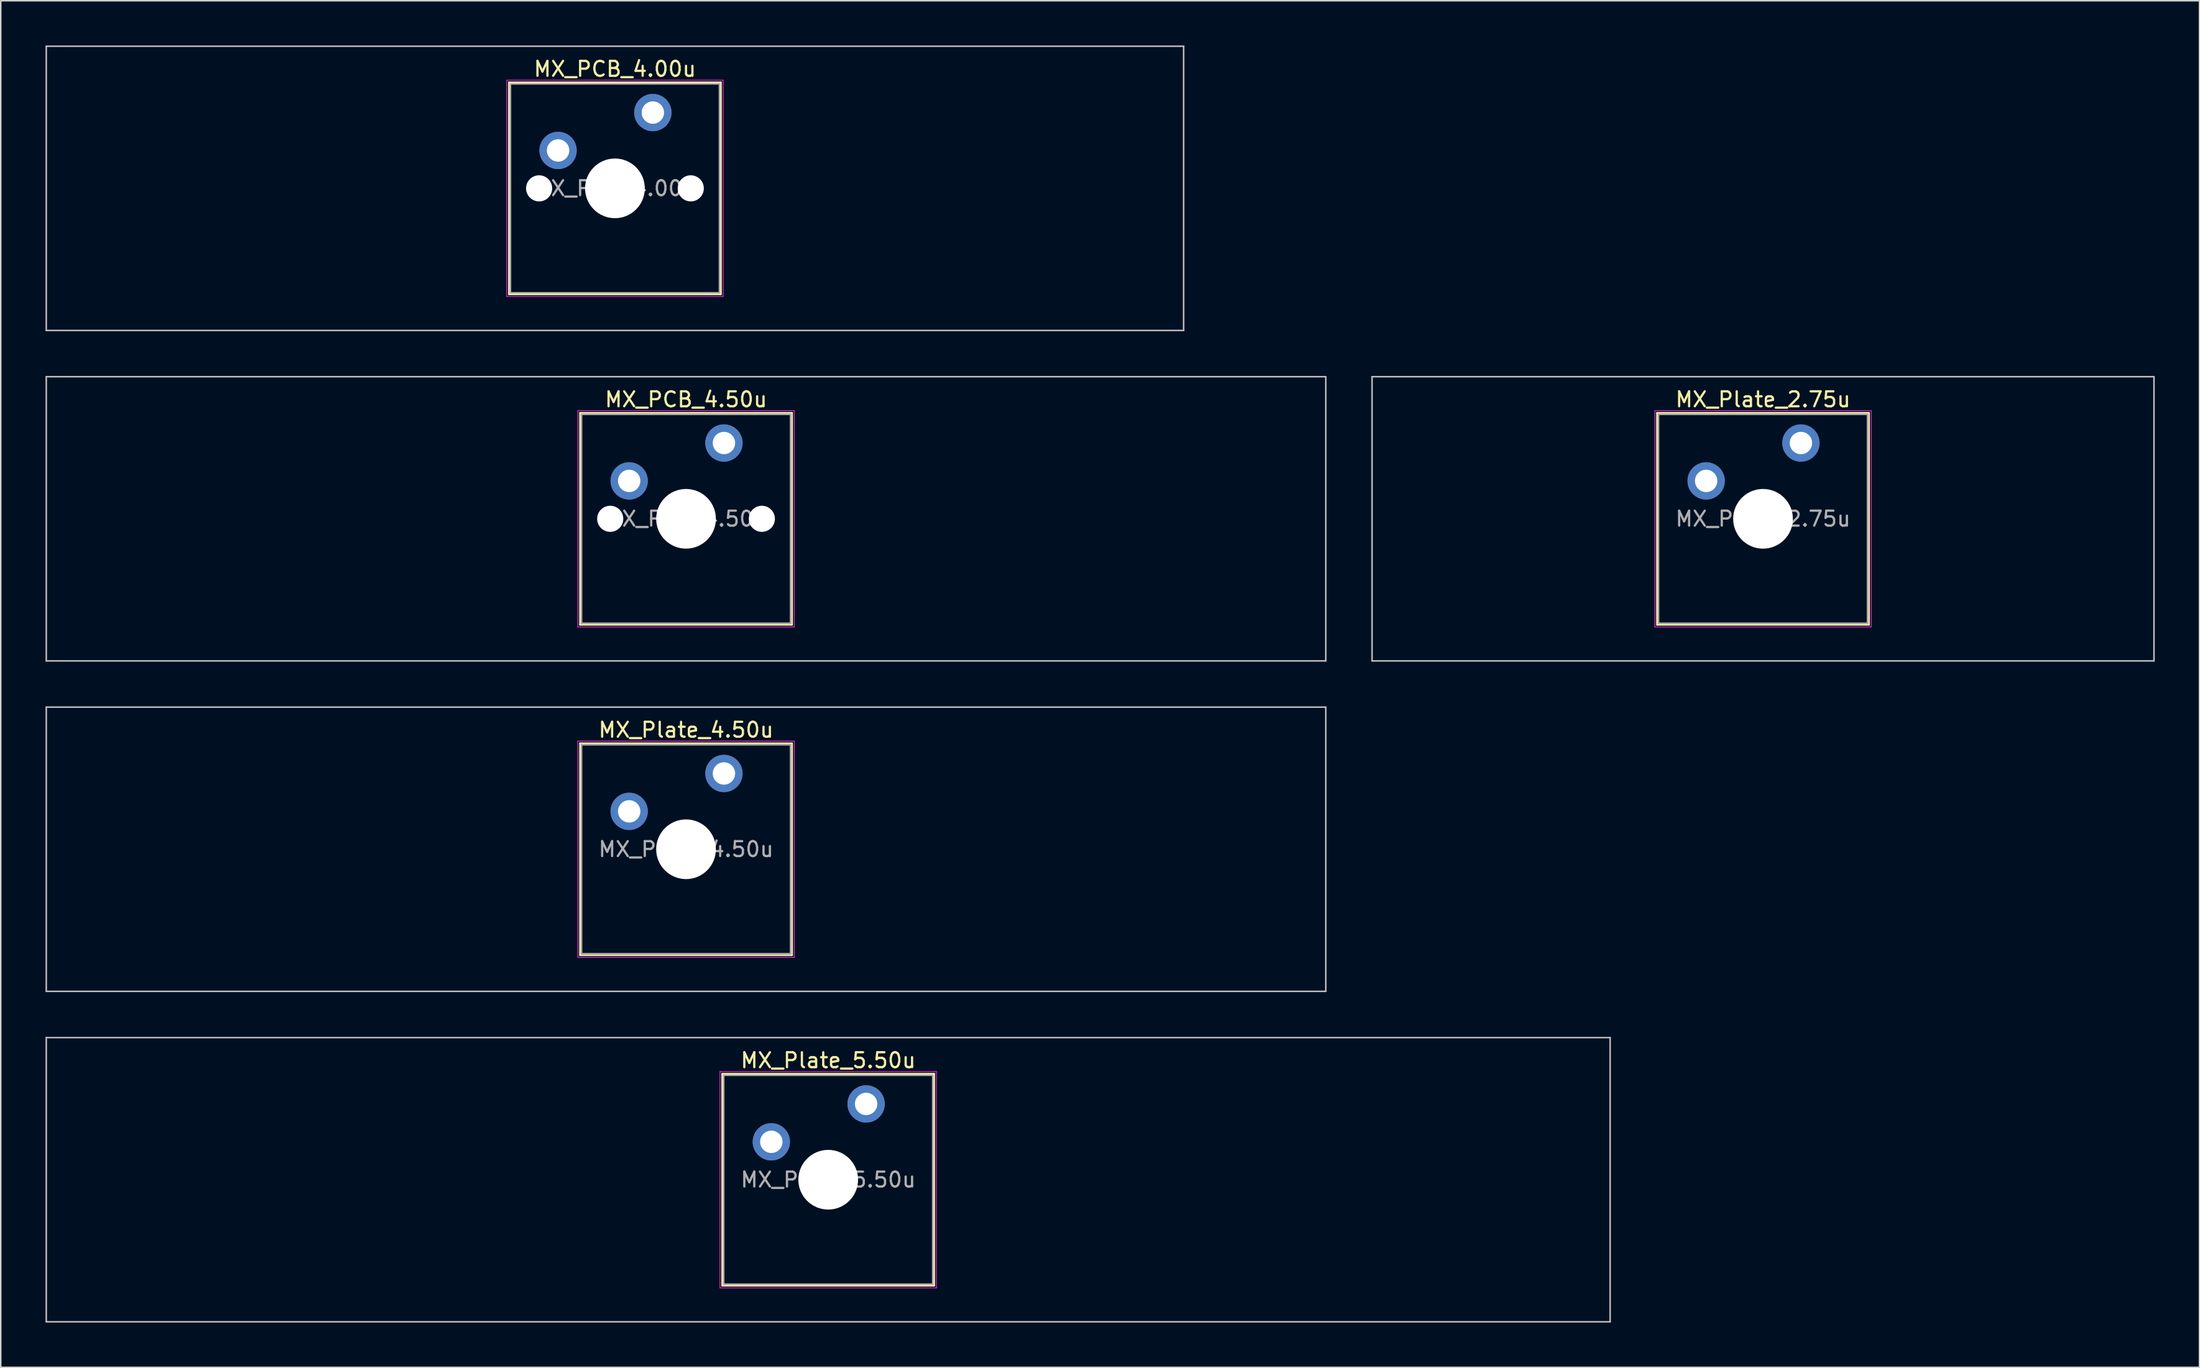
<source format=kicad_pcb>
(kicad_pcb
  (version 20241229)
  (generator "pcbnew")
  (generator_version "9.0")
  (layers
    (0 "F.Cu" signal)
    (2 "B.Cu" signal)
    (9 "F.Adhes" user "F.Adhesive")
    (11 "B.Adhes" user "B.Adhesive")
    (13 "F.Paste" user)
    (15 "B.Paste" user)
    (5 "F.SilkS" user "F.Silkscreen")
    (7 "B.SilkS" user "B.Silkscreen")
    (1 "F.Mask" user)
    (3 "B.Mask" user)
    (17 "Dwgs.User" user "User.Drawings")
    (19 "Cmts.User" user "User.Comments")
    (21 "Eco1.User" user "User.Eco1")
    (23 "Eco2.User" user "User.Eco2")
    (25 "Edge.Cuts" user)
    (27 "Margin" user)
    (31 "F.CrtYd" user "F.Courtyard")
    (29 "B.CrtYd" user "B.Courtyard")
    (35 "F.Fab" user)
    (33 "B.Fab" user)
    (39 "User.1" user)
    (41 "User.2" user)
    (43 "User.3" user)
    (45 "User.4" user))
  (footprint "MX_PCB_4.00u"
    (layer "F.Cu")
    (at 38.15 9.575)
    (property "Reference" "MX_PCB_4.00u" (at 0 -8 0) (layer "F.SilkS") (effects (font (size 1 1) (thickness 0.15))))
    (attr through_hole)
    (fp_line (start -7.1 -7.1) (end -7.1 7.1) (stroke (width 0.12) (type solid)) (layer "F.SilkS"))
    (fp_line (start -7.1 7.1) (end 7.1 7.1) (stroke (width 0.12) (type solid)) (layer "F.SilkS"))
    (fp_line (start 7.1 -7.1) (end -7.1 -7.1) (stroke (width 0.12) (type solid)) (layer "F.SilkS"))
    (fp_line (start 7.1 7.1) (end 7.1 -7.1) (stroke (width 0.12) (type solid)) (layer "F.SilkS"))
    (fp_line (start -38.1 -9.525) (end -38.1 9.525) (stroke (width 0.1) (type solid)) (layer "Dwgs.User"))
    (fp_line (start -38.1 9.525) (end 38.1 9.525) (stroke (width 0.1) (type solid)) (layer "Dwgs.User"))
    (fp_line (start 38.1 -9.525) (end -38.1 -9.525) (stroke (width 0.1) (type solid)) (layer "Dwgs.User"))
    (fp_line (start 38.1 9.525) (end 38.1 -9.525) (stroke (width 0.1) (type solid)) (layer "Dwgs.User"))
    (fp_line (start -7 -7) (end -7 7) (stroke (width 0.1) (type solid)) (layer "Eco1.User"))
    (fp_line (start -7 7) (end 7 7) (stroke (width 0.1) (type solid)) (layer "Eco1.User"))
    (fp_line (start 7 -7) (end -7 -7) (stroke (width 0.1) (type solid)) (layer "Eco1.User"))
    (fp_line (start 7 7) (end 7 -7) (stroke (width 0.1) (type solid)) (layer "Eco1.User"))
    (fp_line (start -7.25 -7.25) (end -7.25 7.25) (stroke (width 0.05) (type solid)) (layer "F.CrtYd"))
    (fp_line (start -7.25 7.25) (end 7.25 7.25) (stroke (width 0.05) (type solid)) (layer "F.CrtYd"))
    (fp_line (start 7.25 -7.25) (end -7.25 -7.25) (stroke (width 0.05) (type solid)) (layer "F.CrtYd"))
    (fp_line (start 7.25 7.25) (end 7.25 -7.25) (stroke (width 0.05) (type solid)) (layer "F.CrtYd"))
    (fp_line (start -7 -7) (end -7 7) (stroke (width 0.1) (type solid)) (layer "F.Fab"))
    (fp_line (start -7 7) (end 7 7) (stroke (width 0.1) (type solid)) (layer "F.Fab"))
    (fp_line (start 7 -7) (end -7 -7) (stroke (width 0.1) (type solid)) (layer "F.Fab"))
    (fp_line (start 7 7) (end 7 -7) (stroke (width 0.1) (type solid)) (layer "F.Fab"))
    (fp_text user "${REFERENCE}" (at 0 0 0) (layer "F.Fab") (effects (font (size 1 1) (thickness 0.15))))
    (pad "" np_thru_hole circle (at -5.08 0) (size 1.75 1.75) (drill 1.75) (layers "*.Cu" "*.Mask"))
    (pad "" np_thru_hole circle (at 0 0) (size 4 4) (drill 4) (layers "*.Cu" "*.Mask"))
    (pad "" np_thru_hole circle (at 5.08 0) (size 1.75 1.75) (drill 1.75) (layers "*.Cu" "*.Mask"))
    (pad "1" thru_hole circle (at -3.81 -2.54) (size 2.5 2.5) (drill 1.5) (layers "*.Cu" "*.Mask"))
    (pad "2" thru_hole circle (at 2.54 -5.08) (size 2.5 2.5) (drill 1.5) (layers "*.Cu" "*.Mask")))
  (footprint "MX_Plate_4.50u"
    (layer "F.Cu")
    (at 42.913 53.875)
    (property "Reference" "MX_Plate_4.50u" (at 0 -8 0) (layer "F.SilkS") (effects (font (size 1 1) (thickness 0.15))))
    (attr through_hole)
    (fp_line (start -7.1 -7.1) (end -7.1 7.1) (stroke (width 0.12) (type solid)) (layer "F.SilkS"))
    (fp_line (start -7.1 7.1) (end 7.1 7.1) (stroke (width 0.12) (type solid)) (layer "F.SilkS"))
    (fp_line (start 7.1 -7.1) (end -7.1 -7.1) (stroke (width 0.12) (type solid)) (layer "F.SilkS"))
    (fp_line (start 7.1 7.1) (end 7.1 -7.1) (stroke (width 0.12) (type solid)) (layer "F.SilkS"))
    (fp_line (start -42.862 -9.525) (end -42.862 9.525) (stroke (width 0.1) (type solid)) (layer "Dwgs.User"))
    (fp_line (start -42.862 9.525) (end 42.862 9.525) (stroke (width 0.1) (type solid)) (layer "Dwgs.User"))
    (fp_line (start 42.862 -9.525) (end -42.862 -9.525) (stroke (width 0.1) (type solid)) (layer "Dwgs.User"))
    (fp_line (start 42.862 9.525) (end 42.862 -9.525) (stroke (width 0.1) (type solid)) (layer "Dwgs.User"))
    (fp_line (start -7 -7) (end -7 7) (stroke (width 0.1) (type solid)) (layer "Eco1.User"))
    (fp_line (start -7 7) (end 7 7) (stroke (width 0.1) (type solid)) (layer "Eco1.User"))
    (fp_line (start 7 -7) (end -7 -7) (stroke (width 0.1) (type solid)) (layer "Eco1.User"))
    (fp_line (start 7 7) (end 7 -7) (stroke (width 0.1) (type solid)) (layer "Eco1.User"))
    (fp_line (start -7.25 -7.25) (end -7.25 7.25) (stroke (width 0.05) (type solid)) (layer "F.CrtYd"))
    (fp_line (start -7.25 7.25) (end 7.25 7.25) (stroke (width 0.05) (type solid)) (layer "F.CrtYd"))
    (fp_line (start 7.25 -7.25) (end -7.25 -7.25) (stroke (width 0.05) (type solid)) (layer "F.CrtYd"))
    (fp_line (start 7.25 7.25) (end 7.25 -7.25) (stroke (width 0.05) (type solid)) (layer "F.CrtYd"))
    (fp_line (start -7 -7) (end -7 7) (stroke (width 0.1) (type solid)) (layer "F.Fab"))
    (fp_line (start -7 7) (end 7 7) (stroke (width 0.1) (type solid)) (layer "F.Fab"))
    (fp_line (start 7 -7) (end -7 -7) (stroke (width 0.1) (type solid)) (layer "F.Fab"))
    (fp_line (start 7 7) (end 7 -7) (stroke (width 0.1) (type solid)) (layer "F.Fab"))
    (fp_text user "${REFERENCE}" (at 0 0 0) (layer "F.Fab") (effects (font (size 1 1) (thickness 0.15))))
    (pad "" np_thru_hole circle (at 0 0) (size 4 4) (drill 4) (layers "*.Cu" "*.Mask"))
    (pad "1" thru_hole circle (at -3.81 -2.54) (size 2.5 2.5) (drill 1.5) (layers "*.Cu" "*.Mask"))
    (pad "2" thru_hole circle (at 2.54 -5.08) (size 2.5 2.5) (drill 1.5) (layers "*.Cu" "*.Mask")))
  (footprint "MX_Plate_2.75u"
    (layer "F.Cu")
    (at 115.069 31.725)
    (property "Reference" "MX_Plate_2.75u" (at 0 -8 0) (layer "F.SilkS") (effects (font (size 1 1) (thickness 0.15))))
    (attr through_hole)
    (fp_line (start -7.1 -7.1) (end -7.1 7.1) (stroke (width 0.12) (type solid)) (layer "F.SilkS"))
    (fp_line (start -7.1 7.1) (end 7.1 7.1) (stroke (width 0.12) (type solid)) (layer "F.SilkS"))
    (fp_line (start 7.1 -7.1) (end -7.1 -7.1) (stroke (width 0.12) (type solid)) (layer "F.SilkS"))
    (fp_line (start 7.1 7.1) (end 7.1 -7.1) (stroke (width 0.12) (type solid)) (layer "F.SilkS"))
    (fp_line (start -26.194 -9.525) (end -26.194 9.525) (stroke (width 0.1) (type solid)) (layer "Dwgs.User"))
    (fp_line (start -26.194 9.525) (end 26.194 9.525) (stroke (width 0.1) (type solid)) (layer "Dwgs.User"))
    (fp_line (start 26.194 -9.525) (end -26.194 -9.525) (stroke (width 0.1) (type solid)) (layer "Dwgs.User"))
    (fp_line (start 26.194 9.525) (end 26.194 -9.525) (stroke (width 0.1) (type solid)) (layer "Dwgs.User"))
    (fp_line (start -7 -7) (end -7 7) (stroke (width 0.1) (type solid)) (layer "Eco1.User"))
    (fp_line (start -7 7) (end 7 7) (stroke (width 0.1) (type solid)) (layer "Eco1.User"))
    (fp_line (start 7 -7) (end -7 -7) (stroke (width 0.1) (type solid)) (layer "Eco1.User"))
    (fp_line (start 7 7) (end 7 -7) (stroke (width 0.1) (type solid)) (layer "Eco1.User"))
    (fp_line (start -7.25 -7.25) (end -7.25 7.25) (stroke (width 0.05) (type solid)) (layer "F.CrtYd"))
    (fp_line (start -7.25 7.25) (end 7.25 7.25) (stroke (width 0.05) (type solid)) (layer "F.CrtYd"))
    (fp_line (start 7.25 -7.25) (end -7.25 -7.25) (stroke (width 0.05) (type solid)) (layer "F.CrtYd"))
    (fp_line (start 7.25 7.25) (end 7.25 -7.25) (stroke (width 0.05) (type solid)) (layer "F.CrtYd"))
    (fp_line (start -7 -7) (end -7 7) (stroke (width 0.1) (type solid)) (layer "F.Fab"))
    (fp_line (start -7 7) (end 7 7) (stroke (width 0.1) (type solid)) (layer "F.Fab"))
    (fp_line (start 7 -7) (end -7 -7) (stroke (width 0.1) (type solid)) (layer "F.Fab"))
    (fp_line (start 7 7) (end 7 -7) (stroke (width 0.1) (type solid)) (layer "F.Fab"))
    (fp_text user "${REFERENCE}" (at 0 0 0) (layer "F.Fab") (effects (font (size 1 1) (thickness 0.15))))
    (pad "" np_thru_hole circle (at 0 0) (size 4 4) (drill 4) (layers "*.Cu" "*.Mask"))
    (pad "1" thru_hole circle (at -3.81 -2.54) (size 2.5 2.5) (drill 1.5) (layers "*.Cu" "*.Mask"))
    (pad "2" thru_hole circle (at 2.54 -5.08) (size 2.5 2.5) (drill 1.5) (layers "*.Cu" "*.Mask")))
  (footprint "MX_Plate_5.50u"
    (layer "F.Cu")
    (at 52.438 76.025)
    (property "Reference" "MX_Plate_5.50u" (at 0 -8 0) (layer "F.SilkS") (effects (font (size 1 1) (thickness 0.15))))
    (attr through_hole)
    (fp_line (start -7.1 -7.1) (end -7.1 7.1) (stroke (width 0.12) (type solid)) (layer "F.SilkS"))
    (fp_line (start -7.1 7.1) (end 7.1 7.1) (stroke (width 0.12) (type solid)) (layer "F.SilkS"))
    (fp_line (start 7.1 -7.1) (end -7.1 -7.1) (stroke (width 0.12) (type solid)) (layer "F.SilkS"))
    (fp_line (start 7.1 7.1) (end 7.1 -7.1) (stroke (width 0.12) (type solid)) (layer "F.SilkS"))
    (fp_line (start -52.388 -9.525) (end -52.388 9.525) (stroke (width 0.1) (type solid)) (layer "Dwgs.User"))
    (fp_line (start -52.388 9.525) (end 52.388 9.525) (stroke (width 0.1) (type solid)) (layer "Dwgs.User"))
    (fp_line (start 52.388 -9.525) (end -52.388 -9.525) (stroke (width 0.1) (type solid)) (layer "Dwgs.User"))
    (fp_line (start 52.388 9.525) (end 52.388 -9.525) (stroke (width 0.1) (type solid)) (layer "Dwgs.User"))
    (fp_line (start -7 -7) (end -7 7) (stroke (width 0.1) (type solid)) (layer "Eco1.User"))
    (fp_line (start -7 7) (end 7 7) (stroke (width 0.1) (type solid)) (layer "Eco1.User"))
    (fp_line (start 7 -7) (end -7 -7) (stroke (width 0.1) (type solid)) (layer "Eco1.User"))
    (fp_line (start 7 7) (end 7 -7) (stroke (width 0.1) (type solid)) (layer "Eco1.User"))
    (fp_line (start -7.25 -7.25) (end -7.25 7.25) (stroke (width 0.05) (type solid)) (layer "F.CrtYd"))
    (fp_line (start -7.25 7.25) (end 7.25 7.25) (stroke (width 0.05) (type solid)) (layer "F.CrtYd"))
    (fp_line (start 7.25 -7.25) (end -7.25 -7.25) (stroke (width 0.05) (type solid)) (layer "F.CrtYd"))
    (fp_line (start 7.25 7.25) (end 7.25 -7.25) (stroke (width 0.05) (type solid)) (layer "F.CrtYd"))
    (fp_line (start -7 -7) (end -7 7) (stroke (width 0.1) (type solid)) (layer "F.Fab"))
    (fp_line (start -7 7) (end 7 7) (stroke (width 0.1) (type solid)) (layer "F.Fab"))
    (fp_line (start 7 -7) (end -7 -7) (stroke (width 0.1) (type solid)) (layer "F.Fab"))
    (fp_line (start 7 7) (end 7 -7) (stroke (width 0.1) (type solid)) (layer "F.Fab"))
    (fp_text user "${REFERENCE}" (at 0 0 0) (layer "F.Fab") (effects (font (size 1 1) (thickness 0.15))))
    (pad "" np_thru_hole circle (at 0 0) (size 4 4) (drill 4) (layers "*.Cu" "*.Mask"))
    (pad "1" thru_hole circle (at -3.81 -2.54) (size 2.5 2.5) (drill 1.5) (layers "*.Cu" "*.Mask"))
    (pad "2" thru_hole circle (at 2.54 -5.08) (size 2.5 2.5) (drill 1.5) (layers "*.Cu" "*.Mask")))
  (footprint "MX_PCB_4.50u"
    (layer "F.Cu")
    (at 42.913 31.725)
    (property "Reference" "MX_PCB_4.50u" (at 0 -8 0) (layer "F.SilkS") (effects (font (size 1 1) (thickness 0.15))))
    (attr through_hole)
    (fp_line (start -7.1 -7.1) (end -7.1 7.1) (stroke (width 0.12) (type solid)) (layer "F.SilkS"))
    (fp_line (start -7.1 7.1) (end 7.1 7.1) (stroke (width 0.12) (type solid)) (layer "F.SilkS"))
    (fp_line (start 7.1 -7.1) (end -7.1 -7.1) (stroke (width 0.12) (type solid)) (layer "F.SilkS"))
    (fp_line (start 7.1 7.1) (end 7.1 -7.1) (stroke (width 0.12) (type solid)) (layer "F.SilkS"))
    (fp_line (start -42.862 -9.525) (end -42.862 9.525) (stroke (width 0.1) (type solid)) (layer "Dwgs.User"))
    (fp_line (start -42.862 9.525) (end 42.862 9.525) (stroke (width 0.1) (type solid)) (layer "Dwgs.User"))
    (fp_line (start 42.862 -9.525) (end -42.862 -9.525) (stroke (width 0.1) (type solid)) (layer "Dwgs.User"))
    (fp_line (start 42.862 9.525) (end 42.862 -9.525) (stroke (width 0.1) (type solid)) (layer "Dwgs.User"))
    (fp_line (start -7 -7) (end -7 7) (stroke (width 0.1) (type solid)) (layer "Eco1.User"))
    (fp_line (start -7 7) (end 7 7) (stroke (width 0.1) (type solid)) (layer "Eco1.User"))
    (fp_line (start 7 -7) (end -7 -7) (stroke (width 0.1) (type solid)) (layer "Eco1.User"))
    (fp_line (start 7 7) (end 7 -7) (stroke (width 0.1) (type solid)) (layer "Eco1.User"))
    (fp_line (start -7.25 -7.25) (end -7.25 7.25) (stroke (width 0.05) (type solid)) (layer "F.CrtYd"))
    (fp_line (start -7.25 7.25) (end 7.25 7.25) (stroke (width 0.05) (type solid)) (layer "F.CrtYd"))
    (fp_line (start 7.25 -7.25) (end -7.25 -7.25) (stroke (width 0.05) (type solid)) (layer "F.CrtYd"))
    (fp_line (start 7.25 7.25) (end 7.25 -7.25) (stroke (width 0.05) (type solid)) (layer "F.CrtYd"))
    (fp_line (start -7 -7) (end -7 7) (stroke (width 0.1) (type solid)) (layer "F.Fab"))
    (fp_line (start -7 7) (end 7 7) (stroke (width 0.1) (type solid)) (layer "F.Fab"))
    (fp_line (start 7 -7) (end -7 -7) (stroke (width 0.1) (type solid)) (layer "F.Fab"))
    (fp_line (start 7 7) (end 7 -7) (stroke (width 0.1) (type solid)) (layer "F.Fab"))
    (fp_text user "${REFERENCE}" (at 0 0 0) (layer "F.Fab") (effects (font (size 1 1) (thickness 0.15))))
    (pad "" np_thru_hole circle (at -5.08 0) (size 1.75 1.75) (drill 1.75) (layers "*.Cu" "*.Mask"))
    (pad "" np_thru_hole circle (at 0 0) (size 4 4) (drill 4) (layers "*.Cu" "*.Mask"))
    (pad "" np_thru_hole circle (at 5.08 0) (size 1.75 1.75) (drill 1.75) (layers "*.Cu" "*.Mask"))
    (pad "1" thru_hole circle (at -3.81 -2.54) (size 2.5 2.5) (drill 1.5) (layers "*.Cu" "*.Mask"))
    (pad "2" thru_hole circle (at 2.54 -5.08) (size 2.5 2.5) (drill 1.5) (layers "*.Cu" "*.Mask")))
  (gr_rect
    (start -3 -3)
    (end 144.312 88.6)
    (stroke (width 0.1) (type default))
    (fill no)
    (layer "Edge.Cuts")))
</source>
